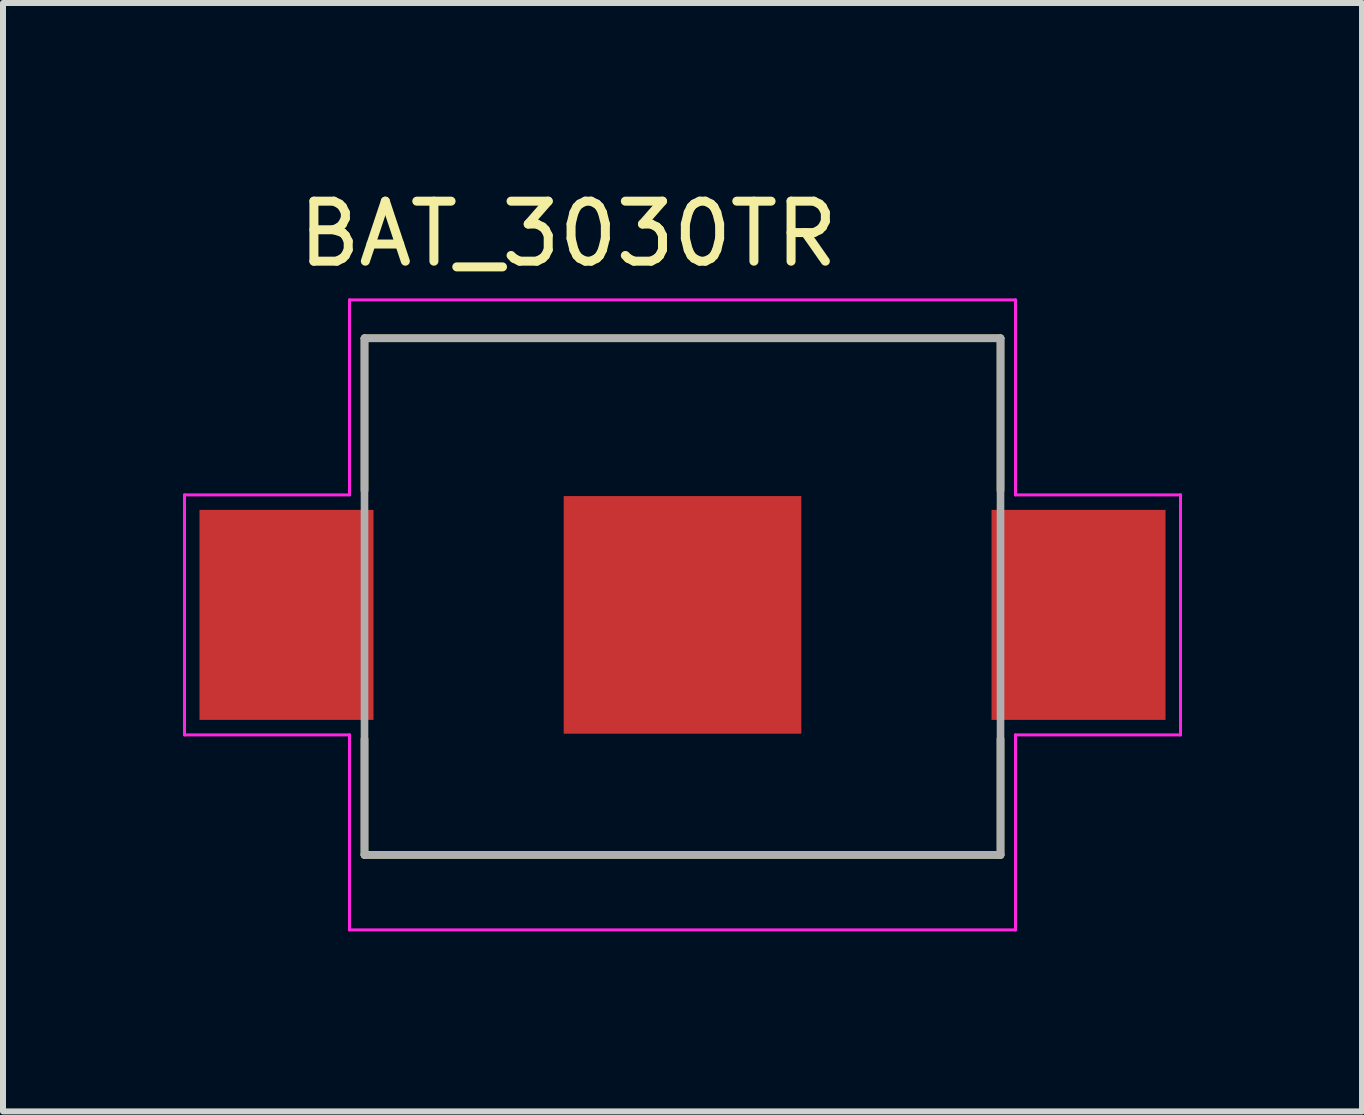
<source format=kicad_pcb>
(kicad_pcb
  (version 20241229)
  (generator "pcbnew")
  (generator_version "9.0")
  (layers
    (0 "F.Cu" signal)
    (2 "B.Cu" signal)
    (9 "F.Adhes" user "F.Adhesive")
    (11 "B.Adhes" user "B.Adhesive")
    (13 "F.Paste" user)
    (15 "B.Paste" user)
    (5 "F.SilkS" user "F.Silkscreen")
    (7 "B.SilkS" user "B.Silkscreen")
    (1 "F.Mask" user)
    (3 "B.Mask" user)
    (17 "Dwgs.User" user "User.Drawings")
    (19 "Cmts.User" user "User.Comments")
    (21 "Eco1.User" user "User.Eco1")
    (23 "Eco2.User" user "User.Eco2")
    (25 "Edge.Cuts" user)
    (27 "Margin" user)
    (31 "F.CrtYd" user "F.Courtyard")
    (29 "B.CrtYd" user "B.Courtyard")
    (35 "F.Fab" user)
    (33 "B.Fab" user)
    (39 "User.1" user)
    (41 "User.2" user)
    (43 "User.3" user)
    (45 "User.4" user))
  (footprint "BAT_3030TR"
    (layer "F.Cu")
    (at 8.325 7.198)
    (property "Reference" "BAT_3030TR" (at -1.905 -6.35 0) (layer "F.SilkS") (effects (font (size 1 1) (thickness 0.15))))
    (attr smd)
    (fp_line (start -5.3 -4.61) (end -5.3 -2.07) (stroke (width 0.127) (type solid)) (layer "F.SilkS"))
    (fp_line (start -5.3 2.07) (end -5.3 4) (stroke (width 0.127) (type solid)) (layer "F.SilkS"))
    (fp_line (start -5.3 4) (end 5.3 4) (stroke (width 0.127) (type solid)) (layer "F.SilkS"))
    (fp_line (start 5.3 -4.61) (end -5.3 -4.61) (stroke (width 0.127) (type solid)) (layer "F.SilkS"))
    (fp_line (start 5.3 -2.07) (end 5.3 -4.61) (stroke (width 0.127) (type solid)) (layer "F.SilkS"))
    (fp_line (start 5.3 4) (end 5.3 2.07) (stroke (width 0.127) (type solid)) (layer "F.SilkS"))
    (fp_line (start -8.3 -2) (end -8.3 2) (stroke (width 0.05) (type solid)) (layer "F.CrtYd"))
    (fp_line (start -8.3 2) (end -5.55 2) (stroke (width 0.05) (type solid)) (layer "F.CrtYd"))
    (fp_line (start -5.55 -5.25) (end -5.55 -2) (stroke (width 0.05) (type solid)) (layer "F.CrtYd"))
    (fp_line (start -5.55 -2) (end -8.3 -2) (stroke (width 0.05) (type solid)) (layer "F.CrtYd"))
    (fp_line (start -5.55 2) (end -5.55 5.25) (stroke (width 0.05) (type solid)) (layer "F.CrtYd"))
    (fp_line (start -5.55 5.25) (end 5.55 5.25) (stroke (width 0.05) (type solid)) (layer "F.CrtYd"))
    (fp_line (start 5.55 -5.25) (end -5.55 -5.25) (stroke (width 0.05) (type solid)) (layer "F.CrtYd"))
    (fp_line (start 5.55 -2) (end 5.55 -5.25) (stroke (width 0.05) (type solid)) (layer "F.CrtYd"))
    (fp_line (start 5.55 -2) (end 8.3 -2) (stroke (width 0.05) (type solid)) (layer "F.CrtYd"))
    (fp_line (start 5.55 5.25) (end 5.55 2) (stroke (width 0.05) (type solid)) (layer "F.CrtYd"))
    (fp_line (start 8.3 -2) (end 8.3 2) (stroke (width 0.05) (type solid)) (layer "F.CrtYd"))
    (fp_line (start 8.3 2) (end 5.55 2) (stroke (width 0.05) (type solid)) (layer "F.CrtYd"))
    (fp_line (start -5.3 -4.61) (end -5.3 4) (stroke (width 0.127) (type solid)) (layer "F.Fab"))
    (fp_line (start -5.3 4) (end 5.3 4) (stroke (width 0.127) (type solid)) (layer "F.Fab"))
    (fp_line (start 5.3 -4.61) (end -5.3 -4.61) (stroke (width 0.127) (type solid)) (layer "F.Fab"))
    (fp_line (start 5.3 4) (end 5.3 -4.61) (stroke (width 0.127) (type solid)) (layer "F.Fab"))
    (pad "N" smd rect (at 0 0) (size 3.96 3.96) (layers "F.Cu" "F.Mask"))
    (pad "P1" smd rect (at -6.6 0) (size 2.9 3.5) (layers "F.Cu" "F.Mask" "F.Paste"))
    (pad "P2" smd rect (at 6.6 0) (size 2.9 3.5) (layers "F.Cu" "F.Mask" "F.Paste")))
  (gr_rect
    (start -3 -3)
    (end 19.65 15.473)
    (stroke (width 0.1) (type default))
    (fill no)
    (layer "Edge.Cuts")))
</source>
